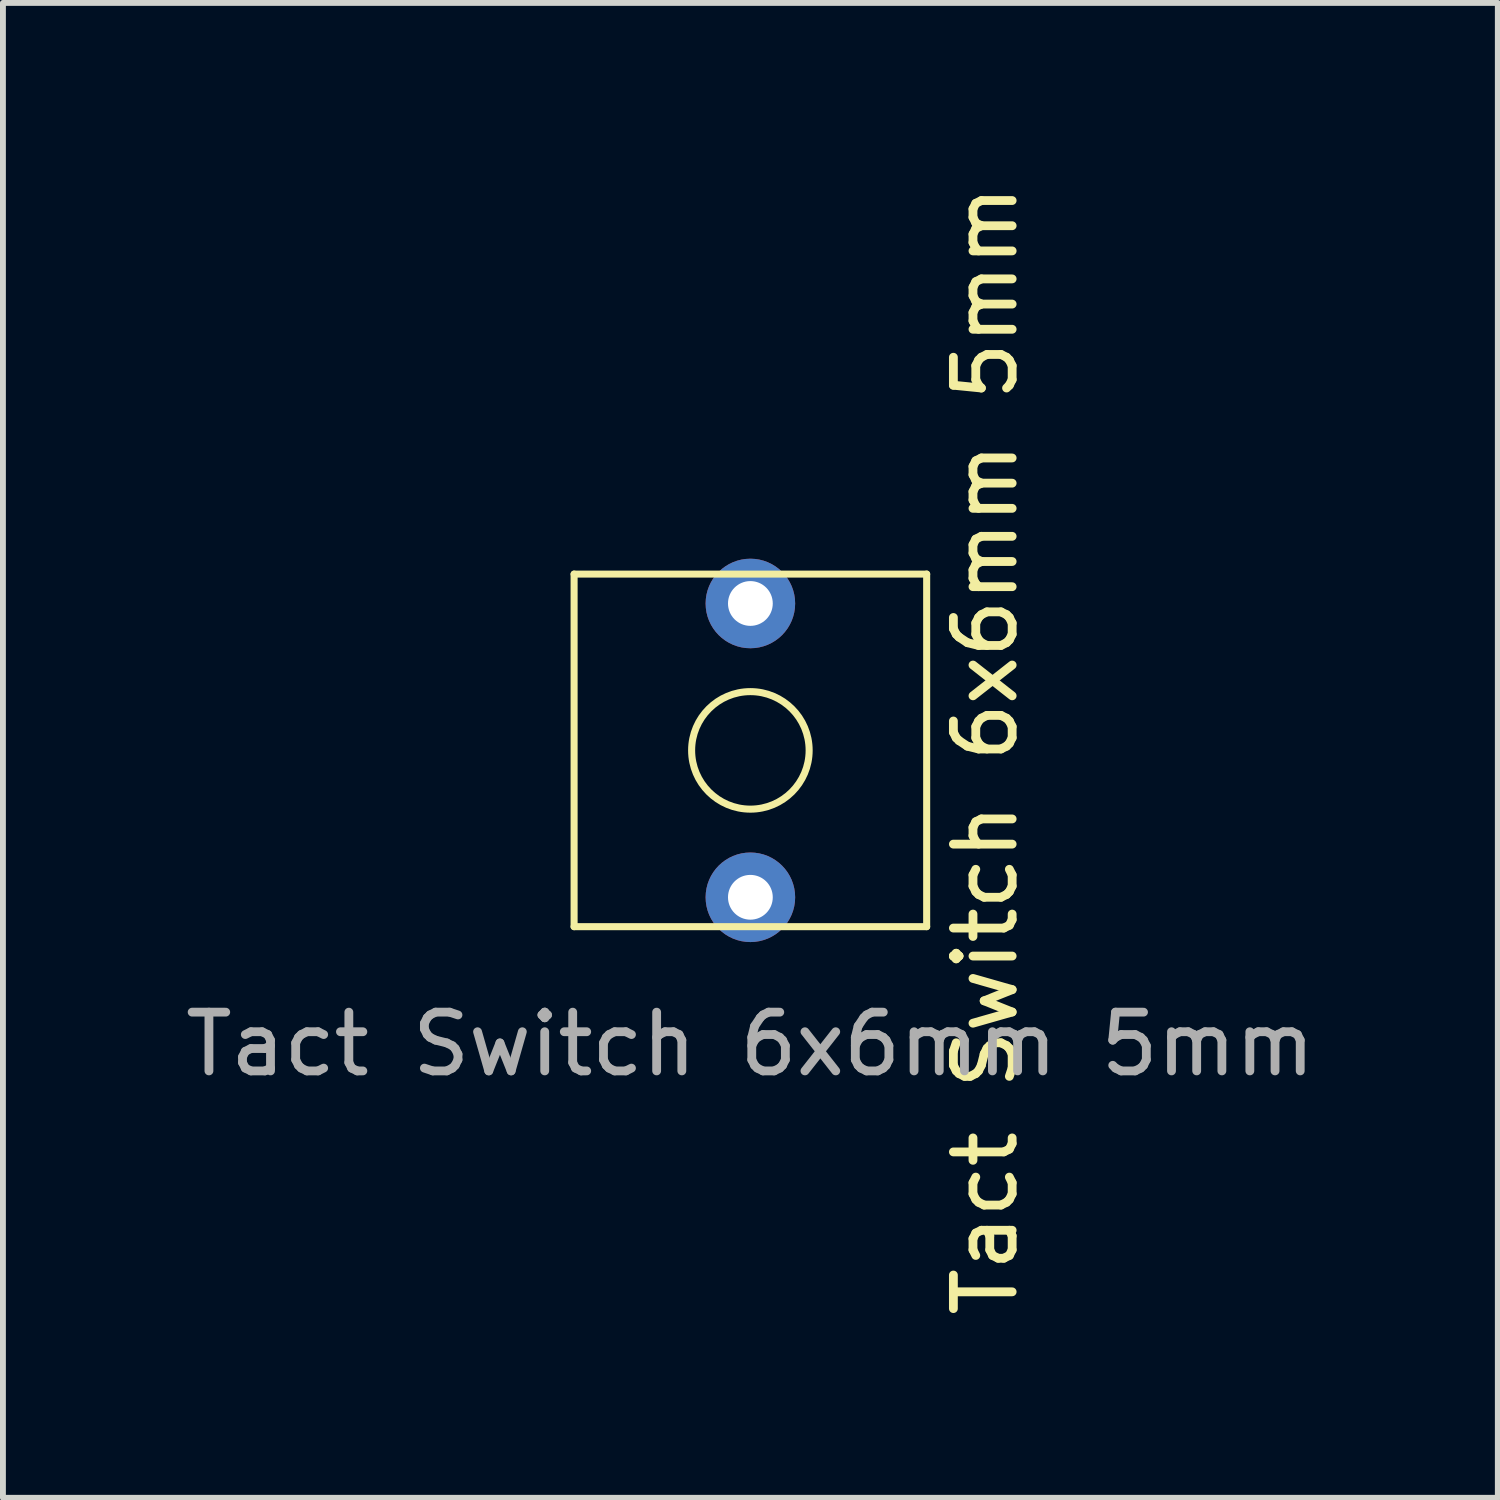
<source format=kicad_pcb>
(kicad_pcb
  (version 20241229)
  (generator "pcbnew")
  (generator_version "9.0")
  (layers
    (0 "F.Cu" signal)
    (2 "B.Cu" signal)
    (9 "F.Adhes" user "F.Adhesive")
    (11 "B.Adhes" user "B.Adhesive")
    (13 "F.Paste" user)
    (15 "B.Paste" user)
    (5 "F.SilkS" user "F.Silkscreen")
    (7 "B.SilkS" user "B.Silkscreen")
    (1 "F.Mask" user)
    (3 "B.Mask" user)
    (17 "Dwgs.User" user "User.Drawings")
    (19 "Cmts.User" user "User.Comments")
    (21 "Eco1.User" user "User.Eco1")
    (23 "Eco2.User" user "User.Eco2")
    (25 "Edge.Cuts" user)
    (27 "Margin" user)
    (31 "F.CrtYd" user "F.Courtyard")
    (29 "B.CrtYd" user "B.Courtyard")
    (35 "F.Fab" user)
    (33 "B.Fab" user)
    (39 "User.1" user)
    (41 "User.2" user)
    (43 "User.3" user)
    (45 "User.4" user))
  (footprint "Tact Switch 6x6mm 5mm"
    (layer "F.Cu")
    (at 9.72 12.22)
    (property "Reference" "Tact Switch 6x6mm 5mm" (at 4 -2.5 90) (unlocked yes) (layer "F.SilkS") (effects (font (size 1 1) (thickness 0.15))))
    (attr through_hole)
    (fp_rect (start -3 -5.5) (end -3 0.5) (stroke (width 0.12) (type default)) (fill no) (layer "F.SilkS"))
    (fp_rect (start -3 0.5) (end 3 0.5) (stroke (width 0.12) (type default)) (fill no) (layer "F.SilkS"))
    (fp_rect (start 3 -5.5) (end -3 -5.5) (stroke (width 0.12) (type default)) (fill no) (layer "F.SilkS"))
    (fp_rect (start 3 0.5) (end 3 -5.5) (stroke (width 0.12) (type default)) (fill no) (layer "F.SilkS"))
    (fp_circle (center 0 -2.5) (end 1 -2.5) (stroke (width 0.12) (type default)) (fill no) (layer "F.SilkS"))
    (fp_text user "${REFERENCE}" (at 0 2.5 0) (unlocked yes) (layer "F.Fab") (effects (font (size 1 1) (thickness 0.15))))
    (pad "1" thru_hole circle (at 0 -5) (size 1.524 1.524) (drill 0.762) (layers "*.Cu" "*.Mask"))
    (pad "2" thru_hole circle (at 0 0) (size 1.524 1.524) (drill 0.762) (layers "*.Cu" "*.Mask")))
  (gr_rect
    (start -3 -3)
    (end 22.44 22.44)
    (stroke (width 0.1) (type default))
    (fill no)
    (layer "Edge.Cuts")))
</source>
